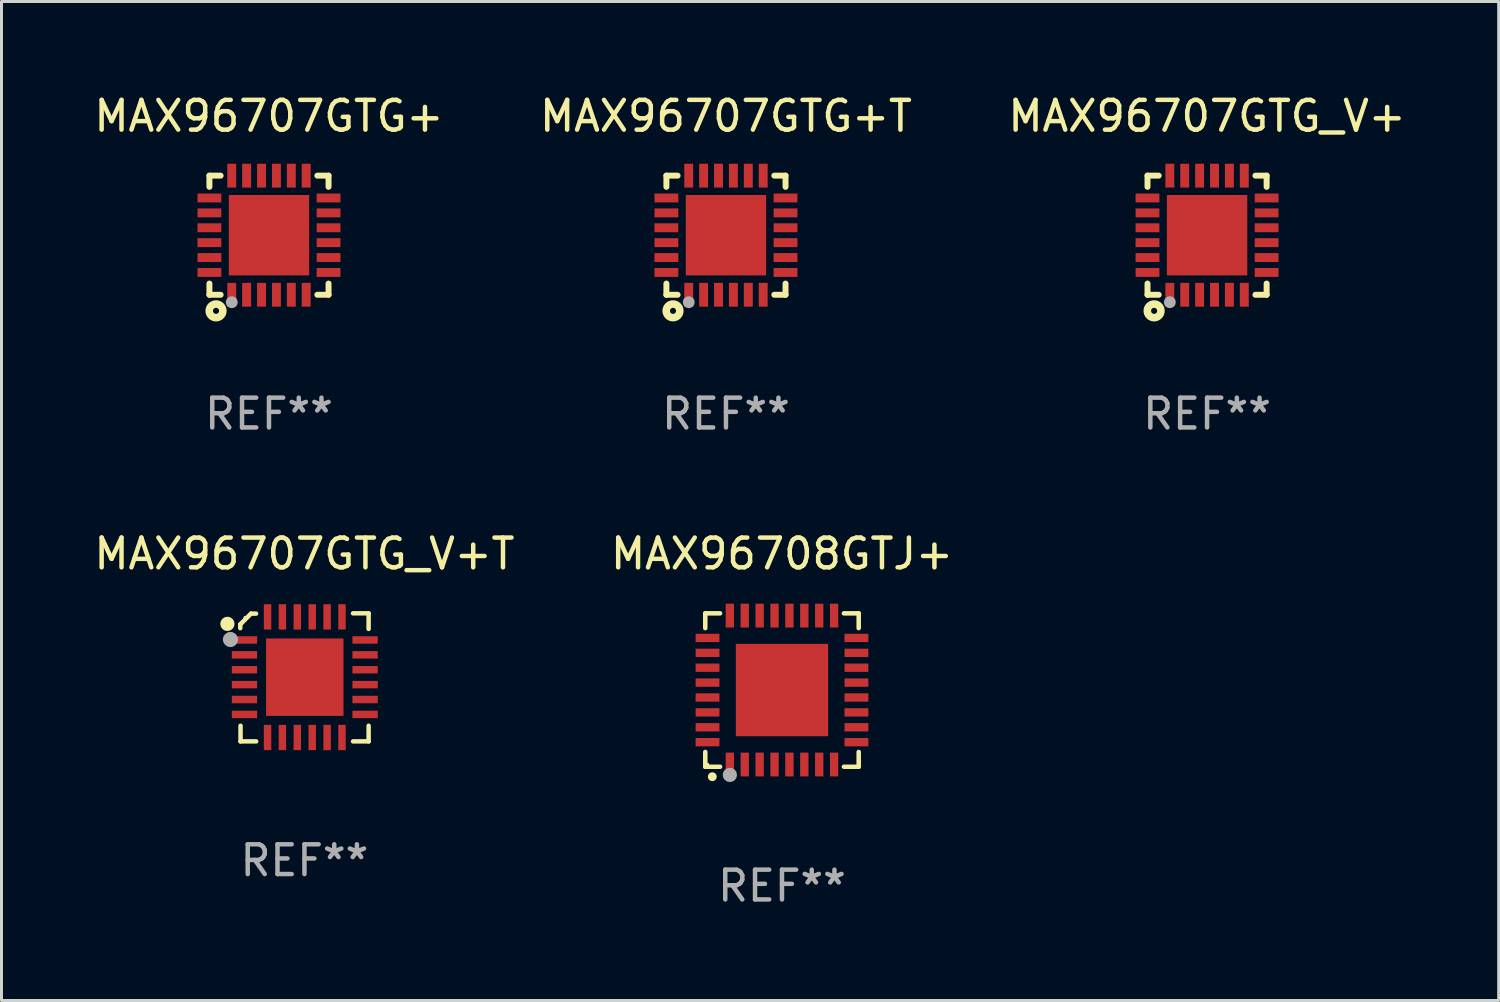
<source format=kicad_pcb>
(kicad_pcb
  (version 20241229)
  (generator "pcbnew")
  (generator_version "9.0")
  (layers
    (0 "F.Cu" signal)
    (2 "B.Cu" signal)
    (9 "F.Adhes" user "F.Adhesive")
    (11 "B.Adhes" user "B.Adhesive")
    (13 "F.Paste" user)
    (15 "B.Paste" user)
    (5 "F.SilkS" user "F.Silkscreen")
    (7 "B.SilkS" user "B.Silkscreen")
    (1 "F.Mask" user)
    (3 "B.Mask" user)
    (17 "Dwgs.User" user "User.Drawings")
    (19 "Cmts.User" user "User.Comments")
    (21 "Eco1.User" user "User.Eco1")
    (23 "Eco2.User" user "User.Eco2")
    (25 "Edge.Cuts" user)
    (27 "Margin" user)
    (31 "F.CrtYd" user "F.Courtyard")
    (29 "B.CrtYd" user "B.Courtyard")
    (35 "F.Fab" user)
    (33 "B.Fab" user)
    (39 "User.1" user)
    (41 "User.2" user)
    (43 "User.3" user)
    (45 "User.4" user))
  (footprint "MAX96707GTG_V+"
    (layer "F.Cu")
    (at 37.482 4.848)
    (property "Reference" "MAX96707GTG_V+" (at 0 -4 0) (layer "F.SilkS") (effects (font (size 1 1) (thickness 0.15))))
    (attr through_hole)
    (fp_line (start -2 -2) (end -1.624 -2) (stroke (width 0.2) (type solid)) (layer "F.SilkS"))
    (fp_line (start -2 -1.624) (end -2 -2) (stroke (width 0.2) (type solid)) (layer "F.SilkS"))
    (fp_line (start -2 2) (end -2 1.624) (stroke (width 0.2) (type solid)) (layer "F.SilkS"))
    (fp_line (start -2 2) (end -1.624 2) (stroke (width 0.2) (type solid)) (layer "F.SilkS"))
    (fp_line (start 1.624 -2) (end 2 -2) (stroke (width 0.2) (type solid)) (layer "F.SilkS"))
    (fp_line (start 1.624 2) (end 2 2) (stroke (width 0.2) (type solid)) (layer "F.SilkS"))
    (fp_line (start 2 -2) (end 2 -1.624) (stroke (width 0.2) (type solid)) (layer "F.SilkS"))
    (fp_line (start 2 1.624) (end 2 2) (stroke (width 0.2) (type solid)) (layer "F.SilkS"))
    (fp_circle (center -2 2) (end -1.97 2) (stroke (width 0.06) (type solid)) (fill no) (layer "F.SilkS"))
    (fp_circle (center -1.778 2.54) (end -1.676 2.54) (stroke (width 0.254) (type solid)) (fill no) (layer "F.SilkS"))
    (fp_circle (center -1.25 2.25) (end -1.15 2.25) (stroke (width 0.2) (type solid)) (fill no) (layer "F.Fab"))
    (fp_text user "REF**" (at 0 6 0) (layer "F.Fab") (effects (font (size 1 1) (thickness 0.15))))
    (pad "1" smd rect (at -1.25 2) (size 0.3 0.8) (layers "F.Cu" "F.Mask" "F.Paste"))
    (pad "2" smd rect (at -0.75 2) (size 0.3 0.8) (layers "F.Cu" "F.Mask" "F.Paste"))
    (pad "3" smd rect (at -0.25 2) (size 0.3 0.8) (layers "F.Cu" "F.Mask" "F.Paste"))
    (pad "4" smd rect (at 0.25 2) (size 0.3 0.8) (layers "F.Cu" "F.Mask" "F.Paste"))
    (pad "5" smd rect (at 0.75 2) (size 0.3 0.8) (layers "F.Cu" "F.Mask" "F.Paste"))
    (pad "6" smd rect (at 1.25 2) (size 0.3 0.8) (layers "F.Cu" "F.Mask" "F.Paste"))
    (pad "7" smd rect (at 2 1.25 90) (size 0.3 0.8) (layers "F.Cu" "F.Mask" "F.Paste"))
    (pad "8" smd rect (at 2 0.75 90) (size 0.3 0.8) (layers "F.Cu" "F.Mask" "F.Paste"))
    (pad "9" smd rect (at 2 0.25 90) (size 0.3 0.8) (layers "F.Cu" "F.Mask" "F.Paste"))
    (pad "10" smd rect (at 2 -0.25 90) (size 0.3 0.8) (layers "F.Cu" "F.Mask" "F.Paste"))
    (pad "11" smd rect (at 2 -0.75 90) (size 0.3 0.8) (layers "F.Cu" "F.Mask" "F.Paste"))
    (pad "12" smd rect (at 2 -1.25 90) (size 0.3 0.8) (layers "F.Cu" "F.Mask" "F.Paste"))
    (pad "13" smd rect (at 1.25 -2 180) (size 0.3 0.8) (layers "F.Cu" "F.Mask" "F.Paste"))
    (pad "14" smd rect (at 0.75 -2 180) (size 0.3 0.8) (layers "F.Cu" "F.Mask" "F.Paste"))
    (pad "15" smd rect (at 0.25 -2 180) (size 0.3 0.8) (layers "F.Cu" "F.Mask" "F.Paste"))
    (pad "16" smd rect (at -0.25 -2 180) (size 0.3 0.8) (layers "F.Cu" "F.Mask" "F.Paste"))
    (pad "17" smd rect (at -0.75 -2 180) (size 0.3 0.8) (layers "F.Cu" "F.Mask" "F.Paste"))
    (pad "18" smd rect (at -1.25 -2 180) (size 0.3 0.8) (layers "F.Cu" "F.Mask" "F.Paste"))
    (pad "19" smd rect (at -2 -1.25 270) (size 0.3 0.8) (layers "F.Cu" "F.Mask" "F.Paste"))
    (pad "20" smd rect (at -2 -0.75 270) (size 0.3 0.8) (layers "F.Cu" "F.Mask" "F.Paste"))
    (pad "21" smd rect (at -2 -0.25 270) (size 0.3 0.8) (layers "F.Cu" "F.Mask" "F.Paste"))
    (pad "22" smd rect (at -2 0.25 270) (size 0.3 0.8) (layers "F.Cu" "F.Mask" "F.Paste"))
    (pad "23" smd rect (at -2 0.75 270) (size 0.3 0.8) (layers "F.Cu" "F.Mask" "F.Paste"))
    (pad "24" smd rect (at -2 1.25 270) (size 0.3 0.8) (layers "F.Cu" "F.Mask" "F.Paste"))
    (pad "25" smd rect (at 0 0) (size 2.7 2.7) (layers "F.Cu" "F.Mask" "F.Paste")))
  (footprint "MAX96708GTJ+"
    (layer "F.Cu")
    (at 23.208 20.121)
    (property "Reference" "MAX96708GTJ+" (at 0 -4.576 0) (layer "F.SilkS") (effects (font (size 1 1) (thickness 0.15))))
    (attr through_hole)
    (fp_line (start -2.576 -2.576) (end -2.08 -2.576) (stroke (width 0.152) (type solid)) (layer "F.SilkS"))
    (fp_line (start -2.576 -2.08) (end -2.576 -2.576) (stroke (width 0.152) (type solid)) (layer "F.SilkS"))
    (fp_line (start -2.576 2.08) (end -2.576 2.576) (stroke (width 0.152) (type solid)) (layer "F.SilkS"))
    (fp_line (start -2.576 2.576) (end -2.08 2.576) (stroke (width 0.152) (type solid)) (layer "F.SilkS"))
    (fp_line (start 2.576 -2.576) (end 2.08 -2.576) (stroke (width 0.152) (type solid)) (layer "F.SilkS"))
    (fp_line (start 2.576 -2.08) (end 2.576 -2.576) (stroke (width 0.152) (type solid)) (layer "F.SilkS"))
    (fp_line (start 2.576 2.08) (end 2.576 2.576) (stroke (width 0.152) (type solid)) (layer "F.SilkS"))
    (fp_line (start 2.576 2.576) (end 2.08 2.576) (stroke (width 0.152) (type solid)) (layer "F.SilkS"))
    (fp_circle (center -2.5 2.5) (end -2.47 2.5) (stroke (width 0.06) (type solid)) (fill no) (layer "F.SilkS"))
    (fp_circle (center -2.34 2.91) (end -2.265 2.91) (stroke (width 0.15) (type solid)) (fill no) (layer "F.SilkS"))
    (fp_circle (center -1.75 2.85) (end -1.63 2.85) (stroke (width 0.24) (type solid)) (fill no) (layer "F.Fab"))
    (fp_text user "REF**" (at 0 6.576 0) (layer "F.Fab") (effects (font (size 1 1) (thickness 0.15))))
    (pad "1" smd rect (at -1.75 2.5) (size 0.28 0.8) (layers "F.Cu" "F.Mask" "F.Paste"))
    (pad "2" smd rect (at -1.25 2.5) (size 0.28 0.8) (layers "F.Cu" "F.Mask" "F.Paste"))
    (pad "3" smd rect (at -0.75 2.5) (size 0.28 0.8) (layers "F.Cu" "F.Mask" "F.Paste"))
    (pad "4" smd rect (at -0.25 2.5) (size 0.28 0.8) (layers "F.Cu" "F.Mask" "F.Paste"))
    (pad "5" smd rect (at 0.25 2.5) (size 0.28 0.8) (layers "F.Cu" "F.Mask" "F.Paste"))
    (pad "6" smd rect (at 0.75 2.5) (size 0.28 0.8) (layers "F.Cu" "F.Mask" "F.Paste"))
    (pad "7" smd rect (at 1.25 2.5) (size 0.28 0.8) (layers "F.Cu" "F.Mask" "F.Paste"))
    (pad "8" smd rect (at 1.75 2.5) (size 0.28 0.8) (layers "F.Cu" "F.Mask" "F.Paste"))
    (pad "9" smd rect (at 2.5 1.75) (size 0.8 0.28) (layers "F.Cu" "F.Mask" "F.Paste"))
    (pad "10" smd rect (at 2.5 1.25) (size 0.8 0.28) (layers "F.Cu" "F.Mask" "F.Paste"))
    (pad "11" smd rect (at 2.5 0.75) (size 0.8 0.28) (layers "F.Cu" "F.Mask" "F.Paste"))
    (pad "12" smd rect (at 2.5 0.25) (size 0.8 0.28) (layers "F.Cu" "F.Mask" "F.Paste"))
    (pad "13" smd rect (at 2.5 -0.25) (size 0.8 0.28) (layers "F.Cu" "F.Mask" "F.Paste"))
    (pad "14" smd rect (at 2.5 -0.75) (size 0.8 0.28) (layers "F.Cu" "F.Mask" "F.Paste"))
    (pad "15" smd rect (at 2.5 -1.25) (size 0.8 0.28) (layers "F.Cu" "F.Mask" "F.Paste"))
    (pad "16" smd rect (at 2.5 -1.75) (size 0.8 0.28) (layers "F.Cu" "F.Mask" "F.Paste"))
    (pad "17" smd rect (at 1.75 -2.5) (size 0.28 0.8) (layers "F.Cu" "F.Mask" "F.Paste"))
    (pad "18" smd rect (at 1.25 -2.5) (size 0.28 0.8) (layers "F.Cu" "F.Mask" "F.Paste"))
    (pad "19" smd rect (at 0.75 -2.5) (size 0.28 0.8) (layers "F.Cu" "F.Mask" "F.Paste"))
    (pad "20" smd rect (at 0.25 -2.5) (size 0.28 0.8) (layers "F.Cu" "F.Mask" "F.Paste"))
    (pad "21" smd rect (at -0.25 -2.5) (size 0.28 0.8) (layers "F.Cu" "F.Mask" "F.Paste"))
    (pad "22" smd rect (at -0.75 -2.5) (size 0.28 0.8) (layers "F.Cu" "F.Mask" "F.Paste"))
    (pad "23" smd rect (at -1.25 -2.5) (size 0.28 0.8) (layers "F.Cu" "F.Mask" "F.Paste"))
    (pad "24" smd rect (at -1.75 -2.5) (size 0.28 0.8) (layers "F.Cu" "F.Mask" "F.Paste"))
    (pad "25" smd rect (at -2.5 -1.75) (size 0.8 0.28) (layers "F.Cu" "F.Mask" "F.Paste"))
    (pad "26" smd rect (at -2.5 -1.25) (size 0.8 0.28) (layers "F.Cu" "F.Mask" "F.Paste"))
    (pad "27" smd rect (at -2.5 -0.75) (size 0.8 0.28) (layers "F.Cu" "F.Mask" "F.Paste"))
    (pad "28" smd rect (at -2.5 -0.25) (size 0.8 0.28) (layers "F.Cu" "F.Mask" "F.Paste"))
    (pad "29" smd rect (at -2.5 0.25) (size 0.8 0.28) (layers "F.Cu" "F.Mask" "F.Paste"))
    (pad "30" smd rect (at -2.5 0.75) (size 0.8 0.28) (layers "F.Cu" "F.Mask" "F.Paste"))
    (pad "31" smd rect (at -2.5 1.25) (size 0.8 0.28) (layers "F.Cu" "F.Mask" "F.Paste"))
    (pad "32" smd rect (at -2.5 1.75) (size 0.8 0.28) (layers "F.Cu" "F.Mask" "F.Paste"))
    (pad "33" smd rect (at 0 0) (size 3.1 3.1) (layers "F.Cu" "F.Mask" "F.Paste")))
  (footprint "MAX96707GTG_V+T"
    (layer "F.Cu")
    (at 7.173 19.695)
    (property "Reference" "MAX96707GTG_V+T" (at 0 -4.15 0) (layer "F.SilkS") (effects (font (size 1 1) (thickness 0.15))))
    (attr through_hole)
    (fp_line (start -2.155 -1.779) (end -2.155 -1.652) (stroke (width 0.15) (type solid)) (layer "F.SilkS"))
    (fp_line (start -2.146 2.15) (end -2.146 1.624) (stroke (width 0.15) (type solid)) (layer "F.SilkS"))
    (fp_line (start -1.795 -2.14) (end -2.155 -1.779) (stroke (width 0.15) (type solid)) (layer "F.SilkS"))
    (fp_line (start -1.625 -2.14) (end -1.795 -2.14) (stroke (width 0.15) (type solid)) (layer "F.SilkS"))
    (fp_line (start -1.62 2.15) (end -2.146 2.15) (stroke (width 0.15) (type solid)) (layer "F.SilkS"))
    (fp_line (start 1.631 -2.15) (end 2.155 -2.15) (stroke (width 0.15) (type solid)) (layer "F.SilkS"))
    (fp_line (start 1.631 2.15) (end 2.155 2.15) (stroke (width 0.15) (type solid)) (layer "F.SilkS"))
    (fp_line (start 2.155 -2.15) (end 2.155 -1.627) (stroke (width 0.15) (type solid)) (layer "F.SilkS"))
    (fp_line (start 2.155 2.15) (end 2.155 1.624) (stroke (width 0.15) (type solid)) (layer "F.SilkS"))
    (fp_circle (center -2.587 -1.796) (end -2.467 -1.796) (stroke (width 0.24) (type solid)) (fill no) (layer "F.SilkS"))
    (fp_circle (center -1.99 -2.006) (end -1.96 -2.006) (stroke (width 0.06) (type solid)) (fill no) (layer "F.SilkS"))
    (fp_circle (center -2.485 -1.271) (end -2.358 -1.271) (stroke (width 0.254) (type solid)) (fill no) (layer "F.Fab"))
    (fp_text user "REF**" (at 0 6.15 0) (layer "F.Fab") (effects (font (size 1 1) (thickness 0.15))))
    (pad "1" smd rect (at -2.014 -1.256) (size 0.85 0.25) (layers "F.Cu" "F.Mask" "F.Paste"))
    (pad "2" smd rect (at -2.014 -0.756) (size 0.85 0.25) (layers "F.Cu" "F.Mask" "F.Paste"))
    (pad "3" smd rect (at -2.014 -0.256) (size 0.85 0.25) (layers "F.Cu" "F.Mask" "F.Paste"))
    (pad "4" smd rect (at -2.014 0.244) (size 0.85 0.25) (layers "F.Cu" "F.Mask" "F.Paste"))
    (pad "5" smd rect (at -2.014 0.744) (size 0.85 0.25) (layers "F.Cu" "F.Mask" "F.Paste"))
    (pad "6" smd rect (at -2.014 1.244) (size 0.85 0.25) (layers "F.Cu" "F.Mask" "F.Paste"))
    (pad "7" smd rect (at -1.239 2.019 90) (size 0.85 0.25) (layers "F.Cu" "F.Mask" "F.Paste"))
    (pad "8" smd rect (at -0.74 2.019 90) (size 0.85 0.25) (layers "F.Cu" "F.Mask" "F.Paste"))
    (pad "9" smd rect (at -0.24 2.019 90) (size 0.85 0.25) (layers "F.Cu" "F.Mask" "F.Paste"))
    (pad "10" smd rect (at 0.261 2.019 90) (size 0.85 0.25) (layers "F.Cu" "F.Mask" "F.Paste"))
    (pad "11" smd rect (at 0.761 2.019 90) (size 0.85 0.25) (layers "F.Cu" "F.Mask" "F.Paste"))
    (pad "12" smd rect (at 1.261 2.019 90) (size 0.85 0.25) (layers "F.Cu" "F.Mask" "F.Paste"))
    (pad "13" smd rect (at 2.036 1.244) (size 0.85 0.25) (layers "F.Cu" "F.Mask" "F.Paste"))
    (pad "14" smd rect (at 2.036 0.744) (size 0.85 0.25) (layers "F.Cu" "F.Mask" "F.Paste"))
    (pad "15" smd rect (at 2.036 0.244) (size 0.85 0.25) (layers "F.Cu" "F.Mask" "F.Paste"))
    (pad "16" smd rect (at 2.036 -0.256) (size 0.85 0.25) (layers "F.Cu" "F.Mask" "F.Paste"))
    (pad "17" smd rect (at 2.036 -0.756) (size 0.85 0.25) (layers "F.Cu" "F.Mask" "F.Paste"))
    (pad "18" smd rect (at 2.036 -1.256) (size 0.85 0.25) (layers "F.Cu" "F.Mask" "F.Paste"))
    (pad "19" smd rect (at 1.261 -2.031 90) (size 0.85 0.25) (layers "F.Cu" "F.Mask" "F.Paste"))
    (pad "20" smd rect (at 0.761 -2.031 90) (size 0.85 0.25) (layers "F.Cu" "F.Mask" "F.Paste"))
    (pad "21" smd rect (at 0.261 -2.031 90) (size 0.85 0.25) (layers "F.Cu" "F.Mask" "F.Paste"))
    (pad "22" smd rect (at -0.24 -2.031 90) (size 0.85 0.25) (layers "F.Cu" "F.Mask" "F.Paste"))
    (pad "23" smd rect (at -0.74 -2.031 90) (size 0.85 0.25) (layers "F.Cu" "F.Mask" "F.Paste"))
    (pad "24" smd rect (at -1.239 -2.031 90) (size 0.85 0.25) (layers "F.Cu" "F.Mask" "F.Paste"))
    (pad "25" smd rect (at 0.011 -0.006) (size 2.6 2.6) (layers "F.Cu" "F.Mask" "F.Paste")))
  (footprint "MAX96707GTG+T"
    (layer "F.Cu")
    (at 21.327 4.848)
    (property "Reference" "MAX96707GTG+T" (at 0 -4 0) (layer "F.SilkS") (effects (font (size 1 1) (thickness 0.15))))
    (attr through_hole)
    (fp_line (start -2 -2) (end -1.624 -2) (stroke (width 0.2) (type solid)) (layer "F.SilkS"))
    (fp_line (start -2 -1.624) (end -2 -2) (stroke (width 0.2) (type solid)) (layer "F.SilkS"))
    (fp_line (start -2 2) (end -2 1.624) (stroke (width 0.2) (type solid)) (layer "F.SilkS"))
    (fp_line (start -2 2) (end -1.624 2) (stroke (width 0.2) (type solid)) (layer "F.SilkS"))
    (fp_line (start 1.624 -2) (end 2 -2) (stroke (width 0.2) (type solid)) (layer "F.SilkS"))
    (fp_line (start 1.624 2) (end 2 2) (stroke (width 0.2) (type solid)) (layer "F.SilkS"))
    (fp_line (start 2 -2) (end 2 -1.624) (stroke (width 0.2) (type solid)) (layer "F.SilkS"))
    (fp_line (start 2 1.624) (end 2 2) (stroke (width 0.2) (type solid)) (layer "F.SilkS"))
    (fp_circle (center -2 2) (end -1.97 2) (stroke (width 0.06) (type solid)) (fill no) (layer "F.SilkS"))
    (fp_circle (center -1.778 2.54) (end -1.676 2.54) (stroke (width 0.254) (type solid)) (fill no) (layer "F.SilkS"))
    (fp_circle (center -1.25 2.25) (end -1.15 2.25) (stroke (width 0.2) (type solid)) (fill no) (layer "F.Fab"))
    (fp_text user "REF**" (at 0 6 0) (layer "F.Fab") (effects (font (size 1 1) (thickness 0.15))))
    (pad "1" smd rect (at -1.25 2) (size 0.3 0.8) (layers "F.Cu" "F.Mask" "F.Paste"))
    (pad "2" smd rect (at -0.75 2) (size 0.3 0.8) (layers "F.Cu" "F.Mask" "F.Paste"))
    (pad "3" smd rect (at -0.25 2) (size 0.3 0.8) (layers "F.Cu" "F.Mask" "F.Paste"))
    (pad "4" smd rect (at 0.25 2) (size 0.3 0.8) (layers "F.Cu" "F.Mask" "F.Paste"))
    (pad "5" smd rect (at 0.75 2) (size 0.3 0.8) (layers "F.Cu" "F.Mask" "F.Paste"))
    (pad "6" smd rect (at 1.25 2) (size 0.3 0.8) (layers "F.Cu" "F.Mask" "F.Paste"))
    (pad "7" smd rect (at 2 1.25 90) (size 0.3 0.8) (layers "F.Cu" "F.Mask" "F.Paste"))
    (pad "8" smd rect (at 2 0.75 90) (size 0.3 0.8) (layers "F.Cu" "F.Mask" "F.Paste"))
    (pad "9" smd rect (at 2 0.25 90) (size 0.3 0.8) (layers "F.Cu" "F.Mask" "F.Paste"))
    (pad "10" smd rect (at 2 -0.25 90) (size 0.3 0.8) (layers "F.Cu" "F.Mask" "F.Paste"))
    (pad "11" smd rect (at 2 -0.75 90) (size 0.3 0.8) (layers "F.Cu" "F.Mask" "F.Paste"))
    (pad "12" smd rect (at 2 -1.25 90) (size 0.3 0.8) (layers "F.Cu" "F.Mask" "F.Paste"))
    (pad "13" smd rect (at 1.25 -2 180) (size 0.3 0.8) (layers "F.Cu" "F.Mask" "F.Paste"))
    (pad "14" smd rect (at 0.75 -2 180) (size 0.3 0.8) (layers "F.Cu" "F.Mask" "F.Paste"))
    (pad "15" smd rect (at 0.25 -2 180) (size 0.3 0.8) (layers "F.Cu" "F.Mask" "F.Paste"))
    (pad "16" smd rect (at -0.25 -2 180) (size 0.3 0.8) (layers "F.Cu" "F.Mask" "F.Paste"))
    (pad "17" smd rect (at -0.75 -2 180) (size 0.3 0.8) (layers "F.Cu" "F.Mask" "F.Paste"))
    (pad "18" smd rect (at -1.25 -2 180) (size 0.3 0.8) (layers "F.Cu" "F.Mask" "F.Paste"))
    (pad "19" smd rect (at -2 -1.25 270) (size 0.3 0.8) (layers "F.Cu" "F.Mask" "F.Paste"))
    (pad "20" smd rect (at -2 -0.75 270) (size 0.3 0.8) (layers "F.Cu" "F.Mask" "F.Paste"))
    (pad "21" smd rect (at -2 -0.25 270) (size 0.3 0.8) (layers "F.Cu" "F.Mask" "F.Paste"))
    (pad "22" smd rect (at -2 0.25 270) (size 0.3 0.8) (layers "F.Cu" "F.Mask" "F.Paste"))
    (pad "23" smd rect (at -2 0.75 270) (size 0.3 0.8) (layers "F.Cu" "F.Mask" "F.Paste"))
    (pad "24" smd rect (at -2 1.25 270) (size 0.3 0.8) (layers "F.Cu" "F.Mask" "F.Paste"))
    (pad "25" smd rect (at 0 0) (size 2.7 2.7) (layers "F.Cu" "F.Mask" "F.Paste")))
  (footprint "MAX96707GTG+"
    (layer "F.Cu")
    (at 5.982 4.848)
    (property "Reference" "MAX96707GTG+" (at 0 -4 0) (layer "F.SilkS") (effects (font (size 1 1) (thickness 0.15))))
    (attr through_hole)
    (fp_line (start -2 -2) (end -1.624 -2) (stroke (width 0.2) (type solid)) (layer "F.SilkS"))
    (fp_line (start -2 -1.624) (end -2 -2) (stroke (width 0.2) (type solid)) (layer "F.SilkS"))
    (fp_line (start -2 2) (end -2 1.624) (stroke (width 0.2) (type solid)) (layer "F.SilkS"))
    (fp_line (start -2 2) (end -1.624 2) (stroke (width 0.2) (type solid)) (layer "F.SilkS"))
    (fp_line (start 1.624 -2) (end 2 -2) (stroke (width 0.2) (type solid)) (layer "F.SilkS"))
    (fp_line (start 1.624 2) (end 2 2) (stroke (width 0.2) (type solid)) (layer "F.SilkS"))
    (fp_line (start 2 -2) (end 2 -1.624) (stroke (width 0.2) (type solid)) (layer "F.SilkS"))
    (fp_line (start 2 1.624) (end 2 2) (stroke (width 0.2) (type solid)) (layer "F.SilkS"))
    (fp_circle (center -2 2) (end -1.97 2) (stroke (width 0.06) (type solid)) (fill no) (layer "F.SilkS"))
    (fp_circle (center -1.778 2.54) (end -1.676 2.54) (stroke (width 0.254) (type solid)) (fill no) (layer "F.SilkS"))
    (fp_circle (center -1.25 2.25) (end -1.15 2.25) (stroke (width 0.2) (type solid)) (fill no) (layer "F.Fab"))
    (fp_text user "REF**" (at 0 6 0) (layer "F.Fab") (effects (font (size 1 1) (thickness 0.15))))
    (pad "1" smd rect (at -1.25 2) (size 0.3 0.8) (layers "F.Cu" "F.Mask" "F.Paste"))
    (pad "2" smd rect (at -0.75 2) (size 0.3 0.8) (layers "F.Cu" "F.Mask" "F.Paste"))
    (pad "3" smd rect (at -0.25 2) (size 0.3 0.8) (layers "F.Cu" "F.Mask" "F.Paste"))
    (pad "4" smd rect (at 0.25 2) (size 0.3 0.8) (layers "F.Cu" "F.Mask" "F.Paste"))
    (pad "5" smd rect (at 0.75 2) (size 0.3 0.8) (layers "F.Cu" "F.Mask" "F.Paste"))
    (pad "6" smd rect (at 1.25 2) (size 0.3 0.8) (layers "F.Cu" "F.Mask" "F.Paste"))
    (pad "7" smd rect (at 2 1.25 90) (size 0.3 0.8) (layers "F.Cu" "F.Mask" "F.Paste"))
    (pad "8" smd rect (at 2 0.75 90) (size 0.3 0.8) (layers "F.Cu" "F.Mask" "F.Paste"))
    (pad "9" smd rect (at 2 0.25 90) (size 0.3 0.8) (layers "F.Cu" "F.Mask" "F.Paste"))
    (pad "10" smd rect (at 2 -0.25 90) (size 0.3 0.8) (layers "F.Cu" "F.Mask" "F.Paste"))
    (pad "11" smd rect (at 2 -0.75 90) (size 0.3 0.8) (layers "F.Cu" "F.Mask" "F.Paste"))
    (pad "12" smd rect (at 2 -1.25 90) (size 0.3 0.8) (layers "F.Cu" "F.Mask" "F.Paste"))
    (pad "13" smd rect (at 1.25 -2 180) (size 0.3 0.8) (layers "F.Cu" "F.Mask" "F.Paste"))
    (pad "14" smd rect (at 0.75 -2 180) (size 0.3 0.8) (layers "F.Cu" "F.Mask" "F.Paste"))
    (pad "15" smd rect (at 0.25 -2 180) (size 0.3 0.8) (layers "F.Cu" "F.Mask" "F.Paste"))
    (pad "16" smd rect (at -0.25 -2 180) (size 0.3 0.8) (layers "F.Cu" "F.Mask" "F.Paste"))
    (pad "17" smd rect (at -0.75 -2 180) (size 0.3 0.8) (layers "F.Cu" "F.Mask" "F.Paste"))
    (pad "18" smd rect (at -1.25 -2 180) (size 0.3 0.8) (layers "F.Cu" "F.Mask" "F.Paste"))
    (pad "19" smd rect (at -2 -1.25 270) (size 0.3 0.8) (layers "F.Cu" "F.Mask" "F.Paste"))
    (pad "20" smd rect (at -2 -0.75 270) (size 0.3 0.8) (layers "F.Cu" "F.Mask" "F.Paste"))
    (pad "21" smd rect (at -2 -0.25 270) (size 0.3 0.8) (layers "F.Cu" "F.Mask" "F.Paste"))
    (pad "22" smd rect (at -2 0.25 270) (size 0.3 0.8) (layers "F.Cu" "F.Mask" "F.Paste"))
    (pad "23" smd rect (at -2 0.75 270) (size 0.3 0.8) (layers "F.Cu" "F.Mask" "F.Paste"))
    (pad "24" smd rect (at -2 1.25 270) (size 0.3 0.8) (layers "F.Cu" "F.Mask" "F.Paste"))
    (pad "25" smd rect (at 0 0) (size 2.7 2.7) (layers "F.Cu" "F.Mask" "F.Paste")))
  (gr_rect
    (start -3 -3)
    (end 47.274 30.545)
    (stroke (width 0.1) (type default))
    (fill no)
    (layer "Edge.Cuts")))
</source>
